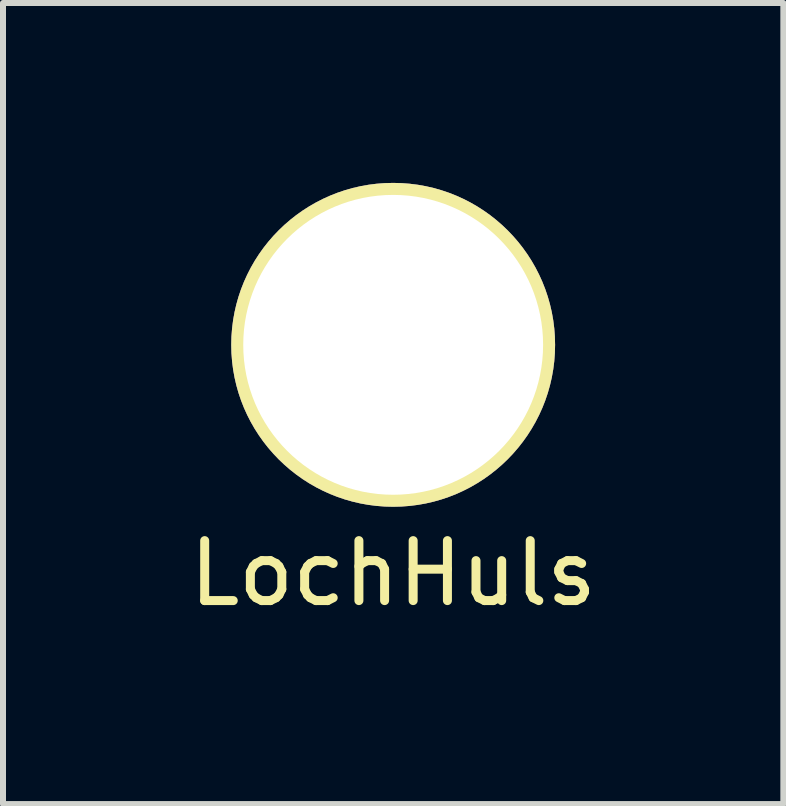
<source format=kicad_pcb>
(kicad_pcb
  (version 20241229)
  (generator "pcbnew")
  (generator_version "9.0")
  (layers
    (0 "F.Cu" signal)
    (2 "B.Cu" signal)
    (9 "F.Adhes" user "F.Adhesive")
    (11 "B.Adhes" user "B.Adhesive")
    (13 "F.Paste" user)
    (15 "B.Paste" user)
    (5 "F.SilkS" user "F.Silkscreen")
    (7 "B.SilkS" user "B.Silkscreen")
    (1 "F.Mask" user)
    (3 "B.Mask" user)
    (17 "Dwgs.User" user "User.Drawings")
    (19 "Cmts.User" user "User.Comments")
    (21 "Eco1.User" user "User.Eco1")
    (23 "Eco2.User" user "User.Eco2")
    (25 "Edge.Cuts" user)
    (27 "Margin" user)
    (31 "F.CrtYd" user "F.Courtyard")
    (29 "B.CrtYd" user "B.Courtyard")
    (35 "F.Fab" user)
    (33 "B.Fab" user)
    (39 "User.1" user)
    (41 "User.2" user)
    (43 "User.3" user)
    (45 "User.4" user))
  (footprint "LochHuls"
    (layer "F.Cu")
    (at 3.506 2.7)
    (property "Reference" "LochHuls" (at 0 3.81 0) (layer "F.SilkS") (effects (font (size 1 1) (thickness 0.15))))
    (attr through_hole)
    (pad "1" thru_hole circle (at 0 0) (size 5.4 5.4) (drill 5) (layers "*.Cu" "*.Mask" "F.SilkS")))
  (gr_rect
    (start -3 -3)
    (end 10.012 10.358)
    (stroke (width 0.1) (type default))
    (fill no)
    (layer "Edge.Cuts")))
</source>
